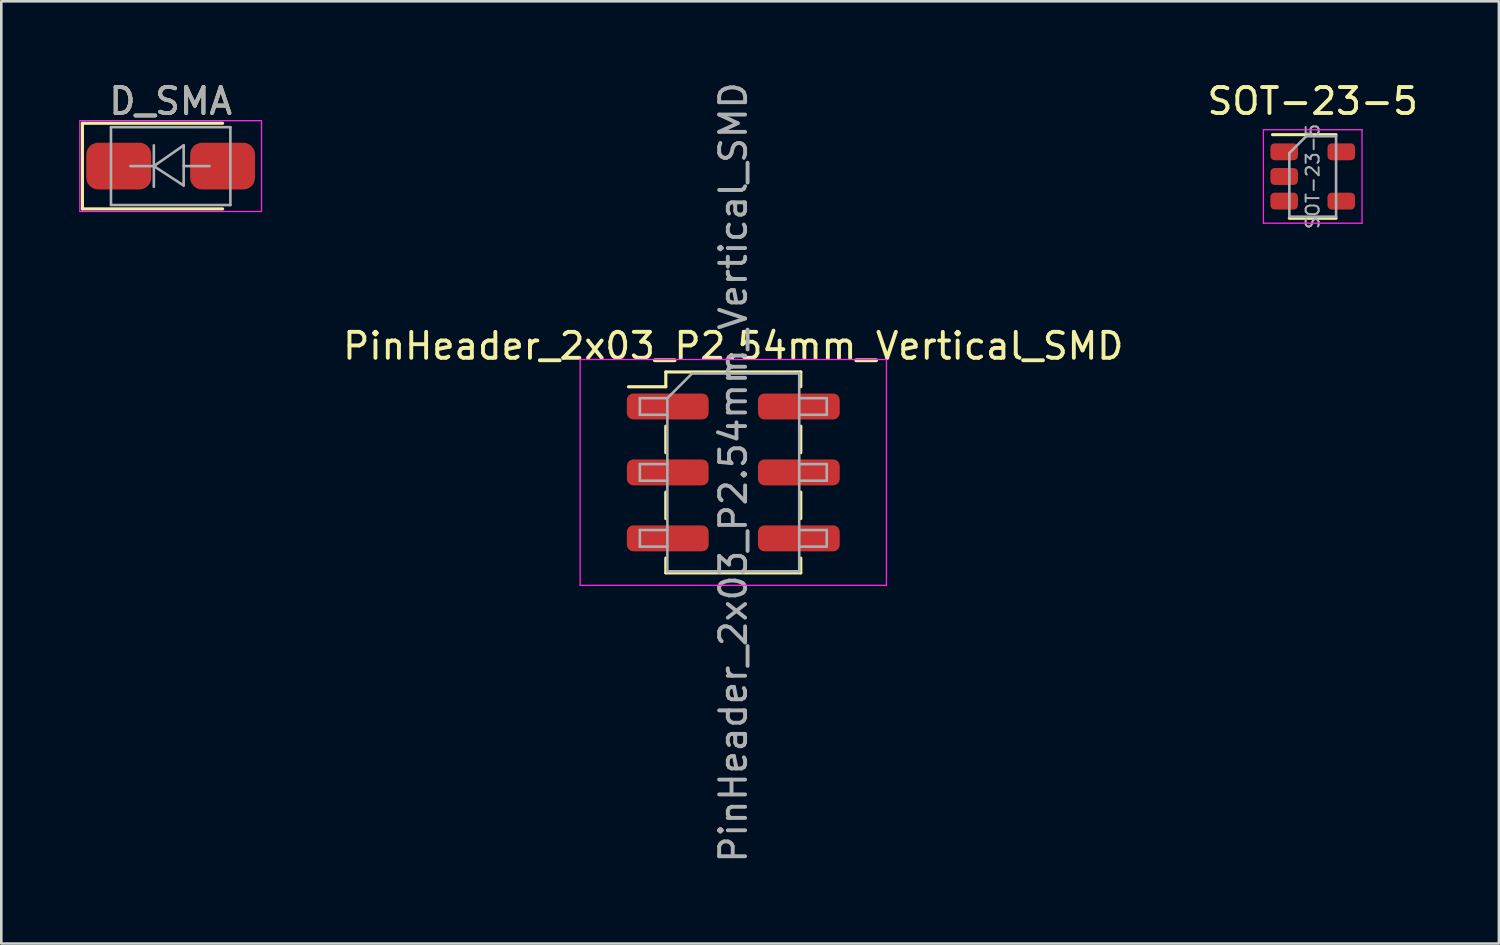
<source format=kicad_pcb>
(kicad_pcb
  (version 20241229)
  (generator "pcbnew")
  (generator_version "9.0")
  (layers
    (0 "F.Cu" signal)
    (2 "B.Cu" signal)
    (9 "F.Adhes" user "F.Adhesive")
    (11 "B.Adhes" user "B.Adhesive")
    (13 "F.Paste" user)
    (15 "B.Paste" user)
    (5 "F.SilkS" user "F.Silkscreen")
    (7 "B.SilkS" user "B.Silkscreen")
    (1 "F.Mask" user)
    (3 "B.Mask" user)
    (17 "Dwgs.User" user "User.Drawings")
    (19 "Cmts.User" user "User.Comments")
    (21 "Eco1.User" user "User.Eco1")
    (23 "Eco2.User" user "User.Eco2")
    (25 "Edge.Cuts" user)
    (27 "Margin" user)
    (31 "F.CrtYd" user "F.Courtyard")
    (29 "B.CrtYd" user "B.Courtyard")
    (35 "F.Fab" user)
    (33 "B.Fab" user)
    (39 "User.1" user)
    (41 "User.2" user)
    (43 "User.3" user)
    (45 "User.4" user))
  (footprint "D_SMA"
    (layer "F.Cu")
    (at 3.525 3.348)
    (property "Reference" "D_SMA" (at 0 -2.5 0) (layer "F.SilkS") (effects (font (size 1 1) (thickness 0.15))))
    (attr smd)
    (fp_line (start -3.4 -1.65) (end -3.4 1.65) (stroke (width 0.12) (type solid)) (layer "F.SilkS"))
    (fp_line (start -3.4 -1.65) (end 2 -1.65) (stroke (width 0.12) (type solid)) (layer "F.SilkS"))
    (fp_line (start -3.4 1.65) (end 2 1.65) (stroke (width 0.12) (type solid)) (layer "F.SilkS"))
    (fp_line (start -3.5 -1.75) (end 3.5 -1.75) (stroke (width 0.05) (type solid)) (layer "F.CrtYd"))
    (fp_line (start -3.5 1.75) (end -3.5 -1.75) (stroke (width 0.05) (type solid)) (layer "F.CrtYd"))
    (fp_line (start 3.5 -1.75) (end 3.5 1.75) (stroke (width 0.05) (type solid)) (layer "F.CrtYd"))
    (fp_line (start 3.5 1.75) (end -3.5 1.75) (stroke (width 0.05) (type solid)) (layer "F.CrtYd"))
    (fp_line (start -2.3 1.5) (end -2.3 -1.5) (stroke (width 0.1) (type solid)) (layer "F.Fab"))
    (fp_line (start -0.649 -0.799) (end -0.649 0.801) (stroke (width 0.1) (type solid)) (layer "F.Fab"))
    (fp_line (start -0.649 0.001) (end -1.551 0.001) (stroke (width 0.1) (type solid)) (layer "F.Fab"))
    (fp_line (start -0.649 0.001) (end 0.501 -0.799) (stroke (width 0.1) (type solid)) (layer "F.Fab"))
    (fp_line (start -0.649 0.001) (end 0.501 0.75) (stroke (width 0.1) (type solid)) (layer "F.Fab"))
    (fp_line (start 0.501 0.001) (end 1.499 0.001) (stroke (width 0.1) (type solid)) (layer "F.Fab"))
    (fp_line (start 0.501 0.75) (end 0.501 -0.799) (stroke (width 0.1) (type solid)) (layer "F.Fab"))
    (fp_line (start 2.3 -1.5) (end -2.3 -1.5) (stroke (width 0.1) (type solid)) (layer "F.Fab"))
    (fp_line (start 2.3 -1.5) (end 2.3 1.5) (stroke (width 0.1) (type solid)) (layer "F.Fab"))
    (fp_line (start 2.3 1.5) (end -2.3 1.5) (stroke (width 0.1) (type solid)) (layer "F.Fab"))
    (fp_text user "${REFERENCE}" (at 0 -2.5 0) (layer "F.Fab") (effects (font (size 1 1) (thickness 0.15))))
    (pad "1" smd roundrect (at -2 0) (size 2.5 1.8) (layers "F.Cu" "F.Mask" "F.Paste") (roundrect_rratio 0.25))
    (pad "2" smd roundrect (at 2 0) (size 2.5 1.8) (layers "F.Cu" "F.Mask" "F.Paste") (roundrect_rratio 0.25)))
  (footprint "PinHeader_2x03_P2.54mm_Vertical_SMD"
    (layer "F.Cu")
    (at 25.199 15.149)
    (property "Reference" "PinHeader_2x03_P2.54mm_Vertical_SMD" (at 0 -4.87 0) (layer "F.SilkS") (effects (font (size 1 1) (thickness 0.15))))
    (attr smd)
    (fp_line (start -4.04 -3.3) (end -2.6 -3.3) (stroke (width 0.12) (type solid)) (layer "F.SilkS"))
    (fp_line (start -2.6 -3.87) (end -2.6 -3.3) (stroke (width 0.12) (type solid)) (layer "F.SilkS"))
    (fp_line (start -2.6 -3.87) (end 2.6 -3.87) (stroke (width 0.12) (type solid)) (layer "F.SilkS"))
    (fp_line (start -2.6 -1.78) (end -2.6 -0.76) (stroke (width 0.12) (type solid)) (layer "F.SilkS"))
    (fp_line (start -2.6 0.76) (end -2.6 1.78) (stroke (width 0.12) (type solid)) (layer "F.SilkS"))
    (fp_line (start -2.6 3.3) (end -2.6 3.87) (stroke (width 0.12) (type solid)) (layer "F.SilkS"))
    (fp_line (start -2.6 3.87) (end 2.6 3.87) (stroke (width 0.12) (type solid)) (layer "F.SilkS"))
    (fp_line (start 2.6 -3.87) (end 2.6 -3.3) (stroke (width 0.12) (type solid)) (layer "F.SilkS"))
    (fp_line (start 2.6 -1.78) (end 2.6 -0.76) (stroke (width 0.12) (type solid)) (layer "F.SilkS"))
    (fp_line (start 2.6 0.76) (end 2.6 1.78) (stroke (width 0.12) (type solid)) (layer "F.SilkS"))
    (fp_line (start 2.6 3.3) (end 2.6 3.87) (stroke (width 0.12) (type solid)) (layer "F.SilkS"))
    (fp_line (start -5.9 -4.35) (end -5.9 4.35) (stroke (width 0.05) (type solid)) (layer "F.CrtYd"))
    (fp_line (start -5.9 4.35) (end 5.9 4.35) (stroke (width 0.05) (type solid)) (layer "F.CrtYd"))
    (fp_line (start 5.9 -4.35) (end -5.9 -4.35) (stroke (width 0.05) (type solid)) (layer "F.CrtYd"))
    (fp_line (start 5.9 4.35) (end 5.9 -4.35) (stroke (width 0.05) (type solid)) (layer "F.CrtYd"))
    (fp_line (start -3.6 -2.86) (end -3.6 -2.22) (stroke (width 0.1) (type solid)) (layer "F.Fab"))
    (fp_line (start -3.6 -2.22) (end -2.54 -2.22) (stroke (width 0.1) (type solid)) (layer "F.Fab"))
    (fp_line (start -3.6 -0.32) (end -3.6 0.32) (stroke (width 0.1) (type solid)) (layer "F.Fab"))
    (fp_line (start -3.6 0.32) (end -2.54 0.32) (stroke (width 0.1) (type solid)) (layer "F.Fab"))
    (fp_line (start -3.6 2.22) (end -3.6 2.86) (stroke (width 0.1) (type solid)) (layer "F.Fab"))
    (fp_line (start -3.6 2.86) (end -2.54 2.86) (stroke (width 0.1) (type solid)) (layer "F.Fab"))
    (fp_line (start -2.54 -2.86) (end -3.6 -2.86) (stroke (width 0.1) (type solid)) (layer "F.Fab"))
    (fp_line (start -2.54 -2.86) (end -1.59 -3.81) (stroke (width 0.1) (type solid)) (layer "F.Fab"))
    (fp_line (start -2.54 -0.32) (end -3.6 -0.32) (stroke (width 0.1) (type solid)) (layer "F.Fab"))
    (fp_line (start -2.54 2.22) (end -3.6 2.22) (stroke (width 0.1) (type solid)) (layer "F.Fab"))
    (fp_line (start -2.54 3.81) (end -2.54 -2.86) (stroke (width 0.1) (type solid)) (layer "F.Fab"))
    (fp_line (start -1.59 -3.81) (end 2.54 -3.81) (stroke (width 0.1) (type solid)) (layer "F.Fab"))
    (fp_line (start 2.54 -3.81) (end 2.54 3.81) (stroke (width 0.1) (type solid)) (layer "F.Fab"))
    (fp_line (start 2.54 -2.86) (end 3.6 -2.86) (stroke (width 0.1) (type solid)) (layer "F.Fab"))
    (fp_line (start 2.54 -0.32) (end 3.6 -0.32) (stroke (width 0.1) (type solid)) (layer "F.Fab"))
    (fp_line (start 2.54 2.22) (end 3.6 2.22) (stroke (width 0.1) (type solid)) (layer "F.Fab"))
    (fp_line (start 2.54 3.81) (end -2.54 3.81) (stroke (width 0.1) (type solid)) (layer "F.Fab"))
    (fp_line (start 3.6 -2.86) (end 3.6 -2.22) (stroke (width 0.1) (type solid)) (layer "F.Fab"))
    (fp_line (start 3.6 -2.22) (end 2.54 -2.22) (stroke (width 0.1) (type solid)) (layer "F.Fab"))
    (fp_line (start 3.6 -0.32) (end 3.6 0.32) (stroke (width 0.1) (type solid)) (layer "F.Fab"))
    (fp_line (start 3.6 0.32) (end 2.54 0.32) (stroke (width 0.1) (type solid)) (layer "F.Fab"))
    (fp_line (start 3.6 2.22) (end 3.6 2.86) (stroke (width 0.1) (type solid)) (layer "F.Fab"))
    (fp_line (start 3.6 2.86) (end 2.54 2.86) (stroke (width 0.1) (type solid)) (layer "F.Fab"))
    (fp_text user "${REFERENCE}" (at 0 0 90) (layer "F.Fab") (effects (font (size 1 1) (thickness 0.15))))
    (pad "1" smd roundrect (at -2.525 -2.54) (size 3.15 1) (layers "F.Cu" "F.Mask" "F.Paste") (roundrect_rratio 0.25))
    (pad "2" smd roundrect (at 2.525 -2.54) (size 3.15 1) (layers "F.Cu" "F.Mask" "F.Paste") (roundrect_rratio 0.25))
    (pad "3" smd roundrect (at -2.525 0) (size 3.15 1) (layers "F.Cu" "F.Mask" "F.Paste") (roundrect_rratio 0.25))
    (pad "4" smd roundrect (at 2.525 0) (size 3.15 1) (layers "F.Cu" "F.Mask" "F.Paste") (roundrect_rratio 0.25))
    (pad "5" smd roundrect (at -2.525 2.54) (size 3.15 1) (layers "F.Cu" "F.Mask" "F.Paste") (roundrect_rratio 0.25))
    (pad "6" smd roundrect (at 2.525 2.54) (size 3.15 1) (layers "F.Cu" "F.Mask" "F.Paste") (roundrect_rratio 0.25)))
  (footprint "SOT-23-5"
    (layer "F.Cu")
    (at 47.52 3.748)
    (property "Reference" "SOT-23-5" (at 0 -2.9 0) (layer "F.SilkS") (effects (font (size 1 1) (thickness 0.15))))
    (attr smd)
    (fp_line (start -0.9 1.61) (end 0.9 1.61) (stroke (width 0.12) (type solid)) (layer "F.SilkS"))
    (fp_line (start 0.9 -1.61) (end -1.55 -1.61) (stroke (width 0.12) (type solid)) (layer "F.SilkS"))
    (fp_line (start -1.9 -1.8) (end 1.9 -1.8) (stroke (width 0.05) (type solid)) (layer "F.CrtYd"))
    (fp_line (start -1.9 1.8) (end -1.9 -1.8) (stroke (width 0.05) (type solid)) (layer "F.CrtYd"))
    (fp_line (start 1.9 -1.8) (end 1.9 1.8) (stroke (width 0.05) (type solid)) (layer "F.CrtYd"))
    (fp_line (start 1.9 1.8) (end -1.9 1.8) (stroke (width 0.05) (type solid)) (layer "F.CrtYd"))
    (fp_line (start -0.9 -0.9) (end -0.9 1.55) (stroke (width 0.1) (type solid)) (layer "F.Fab"))
    (fp_line (start -0.9 -0.9) (end -0.25 -1.55) (stroke (width 0.1) (type solid)) (layer "F.Fab"))
    (fp_line (start 0.9 -1.55) (end -0.25 -1.55) (stroke (width 0.1) (type solid)) (layer "F.Fab"))
    (fp_line (start 0.9 -1.55) (end 0.9 1.55) (stroke (width 0.1) (type solid)) (layer "F.Fab"))
    (fp_line (start 0.9 1.55) (end -0.9 1.55) (stroke (width 0.1) (type solid)) (layer "F.Fab"))
    (fp_text user "${REFERENCE}" (at 0 0 90) (layer "F.Fab") (effects (font (size 0.5 0.5) (thickness 0.075))))
    (pad "1" smd roundrect (at -1.1 -0.95) (size 1.06 0.65) (layers "F.Cu" "F.Mask" "F.Paste") (roundrect_rratio 0.25))
    (pad "2" smd roundrect (at -1.1 0) (size 1.06 0.65) (layers "F.Cu" "F.Mask" "F.Paste") (roundrect_rratio 0.25))
    (pad "3" smd roundrect (at -1.1 0.95) (size 1.06 0.65) (layers "F.Cu" "F.Mask" "F.Paste") (roundrect_rratio 0.25))
    (pad "4" smd roundrect (at 1.1 0.95) (size 1.06 0.65) (layers "F.Cu" "F.Mask" "F.Paste") (roundrect_rratio 0.25))
    (pad "5" smd roundrect (at 1.1 -0.95) (size 1.06 0.65) (layers "F.Cu" "F.Mask" "F.Paste") (roundrect_rratio 0.25)))
  (gr_rect
    (start -3 -3)
    (end 54.693 33.298)
    (stroke (width 0.1) (type default))
    (fill no)
    (layer "Edge.Cuts")))
</source>
